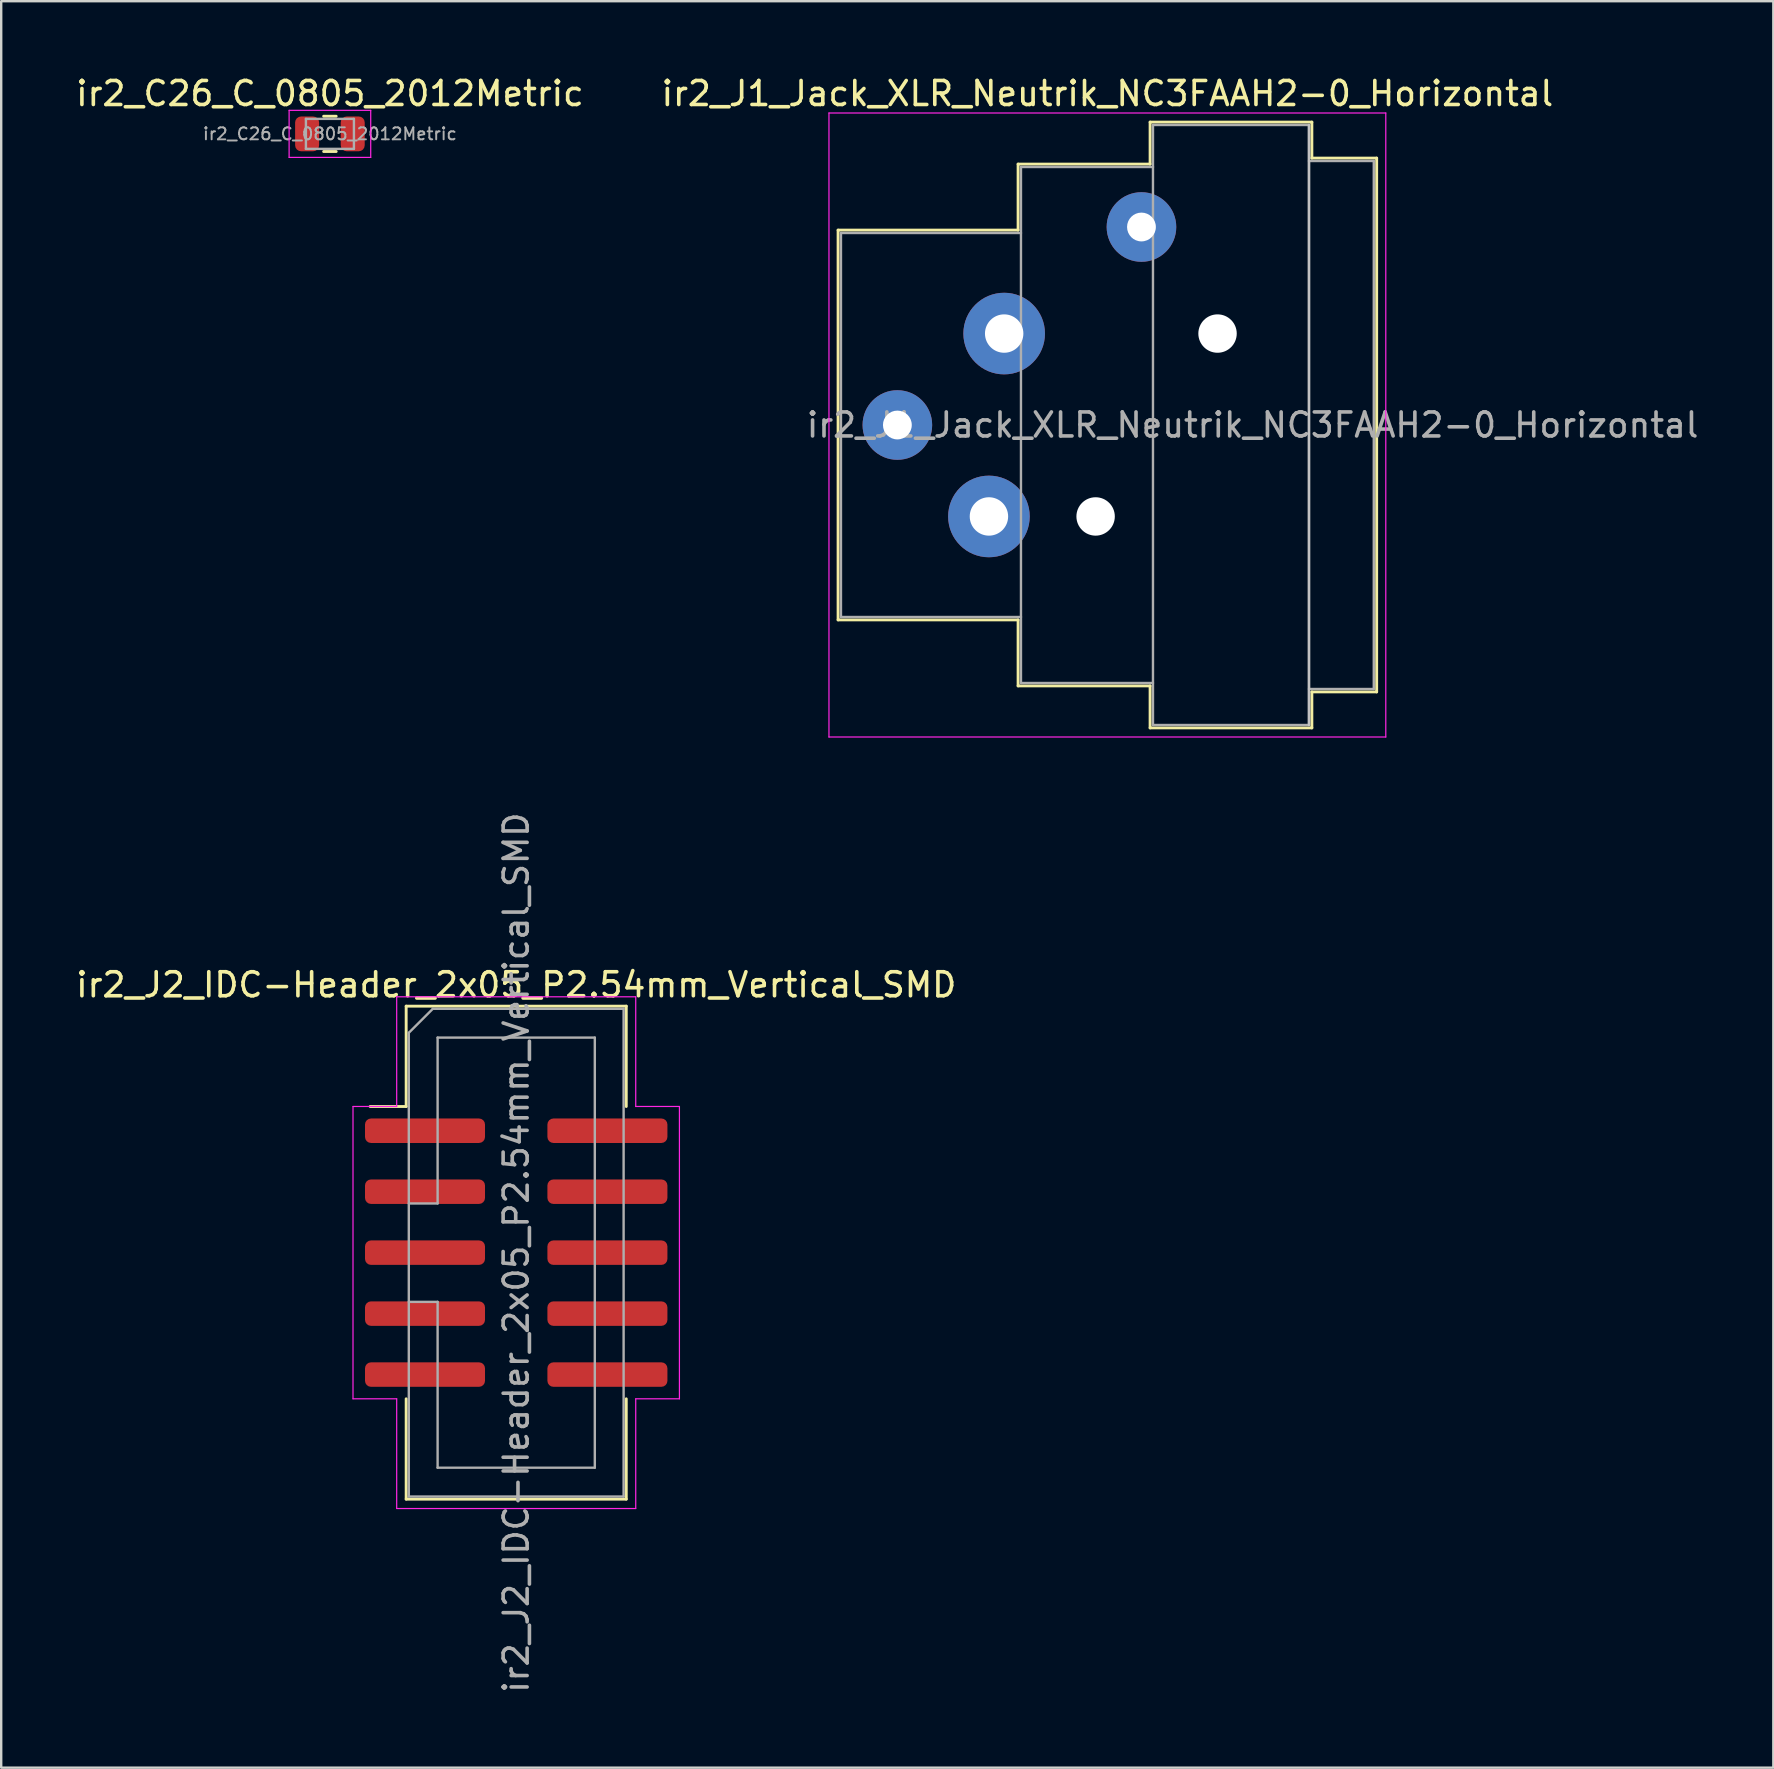
<source format=kicad_pcb>
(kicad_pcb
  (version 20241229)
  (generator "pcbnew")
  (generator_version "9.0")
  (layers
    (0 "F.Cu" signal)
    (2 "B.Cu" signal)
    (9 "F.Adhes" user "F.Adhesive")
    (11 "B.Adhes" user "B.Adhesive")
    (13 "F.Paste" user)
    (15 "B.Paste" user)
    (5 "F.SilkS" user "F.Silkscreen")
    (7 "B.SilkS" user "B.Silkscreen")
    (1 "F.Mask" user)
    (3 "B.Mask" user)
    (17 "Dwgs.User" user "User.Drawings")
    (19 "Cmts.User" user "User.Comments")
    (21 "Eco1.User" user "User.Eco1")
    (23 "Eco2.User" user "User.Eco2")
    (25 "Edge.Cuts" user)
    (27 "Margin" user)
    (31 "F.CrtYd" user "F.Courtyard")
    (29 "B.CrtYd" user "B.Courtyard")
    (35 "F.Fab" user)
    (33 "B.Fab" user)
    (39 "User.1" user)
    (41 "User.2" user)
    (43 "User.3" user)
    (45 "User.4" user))
  (footprint "ir2_C26_C_0805_2012Metric"
    (layer "F.Cu")
    (at 10.696 2.528)
    (property "Reference" "ir2_C26_C_0805_2012Metric" (at 0 -1.68 0) (layer "F.SilkS") (effects (font (size 1 1) (thickness 0.15))))
    (attr smd)
    (fp_line (start -0.261 -0.735) (end 0.261 -0.735) (stroke (width 0.12) (type solid)) (layer "F.SilkS"))
    (fp_line (start -0.261 0.735) (end 0.261 0.735) (stroke (width 0.12) (type solid)) (layer "F.SilkS"))
    (fp_line (start -1.7 -0.98) (end 1.7 -0.98) (stroke (width 0.05) (type solid)) (layer "F.CrtYd"))
    (fp_line (start -1.7 0.98) (end -1.7 -0.98) (stroke (width 0.05) (type solid)) (layer "F.CrtYd"))
    (fp_line (start 1.7 -0.98) (end 1.7 0.98) (stroke (width 0.05) (type solid)) (layer "F.CrtYd"))
    (fp_line (start 1.7 0.98) (end -1.7 0.98) (stroke (width 0.05) (type solid)) (layer "F.CrtYd"))
    (fp_line (start -1 -0.625) (end 1 -0.625) (stroke (width 0.1) (type solid)) (layer "F.Fab"))
    (fp_line (start -1 0.625) (end -1 -0.625) (stroke (width 0.1) (type solid)) (layer "F.Fab"))
    (fp_line (start 1 -0.625) (end 1 0.625) (stroke (width 0.1) (type solid)) (layer "F.Fab"))
    (fp_line (start 1 0.625) (end -1 0.625) (stroke (width 0.1) (type solid)) (layer "F.Fab"))
    (fp_text user "${REFERENCE}" (at 0 0 0) (layer "F.Fab") (effects (font (size 0.5 0.5) (thickness 0.08))))
    (pad "1" smd roundrect (at -0.95 0) (size 1 1.45) (layers "F.Cu" "F.Mask" "F.Paste") (roundrect_rratio 0.25))
    (pad "2" smd roundrect (at 0.95 0) (size 1 1.45) (layers "F.Cu" "F.Mask" "F.Paste") (roundrect_rratio 0.25)))
  (footprint "ir2_J1_Jack_XLR_Neutrik_NC3FAAH2-0_Horizontal"
    (layer "F.Cu")
    (at 38.789 10.848)
    (property "Reference" "ir2_J1_Jack_XLR_Neutrik_NC3FAAH2-0_Horizontal" (at 4.3 -10 0) (layer "F.SilkS") (effects (font (size 1 1) (thickness 0.15))))
    (attr through_hole)
    (fp_line (start -6.92 -4.31) (end -6.92 11.93) (stroke (width 0.12) (type solid)) (layer "F.SilkS"))
    (fp_line (start 0.58 -7.06) (end 0.58 -4.31) (stroke (width 0.12) (type solid)) (layer "F.SilkS"))
    (fp_line (start 0.58 -4.31) (end -6.92 -4.31) (stroke (width 0.12) (type solid)) (layer "F.SilkS"))
    (fp_line (start 0.58 11.93) (end -6.92 11.93) (stroke (width 0.12) (type solid)) (layer "F.SilkS"))
    (fp_line (start 0.58 11.93) (end 0.58 14.68) (stroke (width 0.12) (type solid)) (layer "F.SilkS"))
    (fp_line (start 6.08 -7.06) (end 0.58 -7.06) (stroke (width 0.12) (type solid)) (layer "F.SilkS"))
    (fp_line (start 6.08 -7.06) (end 6.08 -8.81) (stroke (width 0.12) (type solid)) (layer "F.SilkS"))
    (fp_line (start 6.08 14.68) (end 0.58 14.68) (stroke (width 0.12) (type solid)) (layer "F.SilkS"))
    (fp_line (start 6.08 16.43) (end 6.08 14.68) (stroke (width 0.12) (type solid)) (layer "F.SilkS"))
    (fp_line (start 12.82 -8.81) (end 6.08 -8.81) (stroke (width 0.12) (type solid)) (layer "F.SilkS"))
    (fp_line (start 12.82 -8.81) (end 12.82 -7.31) (stroke (width 0.12) (type solid)) (layer "F.SilkS"))
    (fp_line (start 12.82 -7.31) (end 15.52 -7.31) (stroke (width 0.12) (type solid)) (layer "F.SilkS"))
    (fp_line (start 12.82 14.93) (end 12.82 16.43) (stroke (width 0.12) (type solid)) (layer "F.SilkS"))
    (fp_line (start 12.82 14.93) (end 15.52 14.93) (stroke (width 0.12) (type solid)) (layer "F.SilkS"))
    (fp_line (start 12.82 16.43) (end 6.08 16.43) (stroke (width 0.12) (type solid)) (layer "F.SilkS"))
    (fp_line (start 15.52 -7.31) (end 15.52 14.93) (stroke (width 0.12) (type solid)) (layer "F.SilkS"))
    (fp_line (start 12.7 -8.69) (end 12.7 16.31) (stroke (width 0.1) (type solid)) (layer "Dwgs.User"))
    (fp_line (start -7.3 -9.19) (end -7.3 16.81) (stroke (width 0.05) (type solid)) (layer "F.CrtYd"))
    (fp_line (start 15.9 -9.19) (end -7.3 -9.19) (stroke (width 0.05) (type solid)) (layer "F.CrtYd"))
    (fp_line (start 15.9 -9.19) (end 15.9 16.81) (stroke (width 0.05) (type solid)) (layer "F.CrtYd"))
    (fp_line (start 15.9 16.81) (end -7.3 16.81) (stroke (width 0.05) (type solid)) (layer "F.CrtYd"))
    (fp_line (start -6.8 -4.19) (end -6.8 11.81) (stroke (width 0.1) (type solid)) (layer "F.Fab"))
    (fp_line (start -6.8 11.81) (end 0.7 11.81) (stroke (width 0.1) (type solid)) (layer "F.Fab"))
    (fp_line (start 0.7 -6.94) (end 0.7 14.56) (stroke (width 0.1) (type solid)) (layer "F.Fab"))
    (fp_line (start 0.7 -4.19) (end -6.8 -4.19) (stroke (width 0.1) (type solid)) (layer "F.Fab"))
    (fp_line (start 0.7 14.56) (end 6.2 14.56) (stroke (width 0.1) (type solid)) (layer "F.Fab"))
    (fp_line (start 6.2 -8.69) (end 12.7 -8.69) (stroke (width 0.1) (type solid)) (layer "F.Fab"))
    (fp_line (start 6.2 -6.94) (end 0.7 -6.94) (stroke (width 0.1) (type solid)) (layer "F.Fab"))
    (fp_line (start 6.2 16.31) (end 6.2 -8.69) (stroke (width 0.1) (type solid)) (layer "F.Fab"))
    (fp_line (start 12.7 -8.69) (end 12.7 16.31) (stroke (width 0.1) (type solid)) (layer "F.Fab"))
    (fp_line (start 12.7 -7.19) (end 15.4 -7.19) (stroke (width 0.1) (type solid)) (layer "F.Fab"))
    (fp_line (start 12.7 16.31) (end 6.2 16.31) (stroke (width 0.1) (type solid)) (layer "F.Fab"))
    (fp_line (start 15.4 -7.19) (end 15.4 14.81) (stroke (width 0.1) (type solid)) (layer "F.Fab"))
    (fp_line (start 15.4 14.81) (end 12.7 14.81) (stroke (width 0.1) (type solid)) (layer "F.Fab"))
    (fp_text user "${REFERENCE}" (at 10.35 3.81 0) (layer "F.Fab") (effects (font (size 1 1) (thickness 0.15))))
    (pad "" np_thru_hole circle (at 3.81 7.62) (size 1.6 1.6) (drill 1.6) (layers "*.Cu" "*.Mask"))
    (pad "" np_thru_hole circle (at 8.89 0) (size 1.6 1.6) (drill 1.6) (layers "*.Cu" "*.Mask"))
    (pad "1" thru_hole circle (at 0 0) (size 3.4 3.4) (drill 1.6) (layers "*.Cu" "*.Mask"))
    (pad "2" thru_hole circle (at -0.635 7.62) (size 3.4 3.4) (drill 1.6) (layers "*.Cu" "*.Mask"))
    (pad "3" thru_hole circle (at -4.45 3.81) (size 2.9 2.9) (drill 1.2) (layers "*.Cu" "*.Mask"))
    (pad "G" thru_hole circle (at 5.72 -4.44) (size 2.9 2.9) (drill 1.2) (layers "*.Cu" "*.Mask")))
  (footprint "ir2_J2_IDC-Header_2x05_P2.54mm_Vertical_SMD"
    (layer "F.Cu")
    (at 18.458 49.142)
    (property "Reference" "ir2_J2_IDC-Header_2x05_P2.54mm_Vertical_SMD" (at 0 -11.16 0) (layer "F.SilkS") (effects (font (size 1 1) (thickness 0.15))))
    (attr smd)
    (fp_line (start -4.585 -10.27) (end 4.585 -10.27) (stroke (width 0.12) (type solid)) (layer "F.SilkS"))
    (fp_line (start -4.585 -6.09) (end -6.085 -6.09) (stroke (width 0.12) (type solid)) (layer "F.SilkS"))
    (fp_line (start -4.585 -6.09) (end -4.585 -10.27) (stroke (width 0.12) (type solid)) (layer "F.SilkS"))
    (fp_line (start -4.585 6.09) (end -4.585 10.27) (stroke (width 0.12) (type solid)) (layer "F.SilkS"))
    (fp_line (start -4.585 10.27) (end 4.585 10.27) (stroke (width 0.12) (type solid)) (layer "F.SilkS"))
    (fp_line (start 4.585 -10.27) (end 4.585 -6.09) (stroke (width 0.12) (type solid)) (layer "F.SilkS"))
    (fp_line (start 4.585 10.27) (end 4.585 6.09) (stroke (width 0.12) (type solid)) (layer "F.SilkS"))
    (fp_line (start -6.8 -6.09) (end -6.8 6.09) (stroke (width 0.05) (type solid)) (layer "F.CrtYd"))
    (fp_line (start -6.8 6.09) (end -4.98 6.09) (stroke (width 0.05) (type solid)) (layer "F.CrtYd"))
    (fp_line (start -4.98 -10.66) (end -4.98 -6.09) (stroke (width 0.05) (type solid)) (layer "F.CrtYd"))
    (fp_line (start -4.98 -6.09) (end -6.8 -6.09) (stroke (width 0.05) (type solid)) (layer "F.CrtYd"))
    (fp_line (start -4.98 6.09) (end -4.98 10.66) (stroke (width 0.05) (type solid)) (layer "F.CrtYd"))
    (fp_line (start -4.98 10.66) (end 4.98 10.66) (stroke (width 0.05) (type solid)) (layer "F.CrtYd"))
    (fp_line (start 4.98 -10.66) (end -4.98 -10.66) (stroke (width 0.05) (type solid)) (layer "F.CrtYd"))
    (fp_line (start 4.98 -6.09) (end 4.98 -10.66) (stroke (width 0.05) (type solid)) (layer "F.CrtYd"))
    (fp_line (start 4.98 6.09) (end 6.8 6.09) (stroke (width 0.05) (type solid)) (layer "F.CrtYd"))
    (fp_line (start 4.98 10.66) (end 4.98 6.09) (stroke (width 0.05) (type solid)) (layer "F.CrtYd"))
    (fp_line (start 6.8 -6.09) (end 4.98 -6.09) (stroke (width 0.05) (type solid)) (layer "F.CrtYd"))
    (fp_line (start 6.8 6.09) (end 6.8 -6.09) (stroke (width 0.05) (type solid)) (layer "F.CrtYd"))
    (fp_line (start -4.475 -9.16) (end -3.475 -10.16) (stroke (width 0.1) (type solid)) (layer "F.Fab"))
    (fp_line (start -4.475 -2.05) (end -3.275 -2.05) (stroke (width 0.1) (type solid)) (layer "F.Fab"))
    (fp_line (start -4.475 10.16) (end -4.475 -9.16) (stroke (width 0.1) (type solid)) (layer "F.Fab"))
    (fp_line (start -3.475 -10.16) (end 4.475 -10.16) (stroke (width 0.1) (type solid)) (layer "F.Fab"))
    (fp_line (start -3.275 -8.96) (end 3.275 -8.96) (stroke (width 0.1) (type solid)) (layer "F.Fab"))
    (fp_line (start -3.275 -2.05) (end -3.275 -8.96) (stroke (width 0.1) (type solid)) (layer "F.Fab"))
    (fp_line (start -3.275 2.05) (end -4.475 2.05) (stroke (width 0.1) (type solid)) (layer "F.Fab"))
    (fp_line (start -3.275 8.96) (end -3.275 2.05) (stroke (width 0.1) (type solid)) (layer "F.Fab"))
    (fp_line (start 3.275 -8.96) (end 3.275 8.96) (stroke (width 0.1) (type solid)) (layer "F.Fab"))
    (fp_line (start 3.275 8.96) (end -3.275 8.96) (stroke (width 0.1) (type solid)) (layer "F.Fab"))
    (fp_line (start 4.475 -10.16) (end 4.475 10.16) (stroke (width 0.1) (type solid)) (layer "F.Fab"))
    (fp_line (start 4.475 10.16) (end -4.475 10.16) (stroke (width 0.1) (type solid)) (layer "F.Fab"))
    (fp_text user "${REFERENCE}" (at 0 0 90) (layer "F.Fab") (effects (font (size 1 1) (thickness 0.15))))
    (pad "1" smd roundrect (at -3.8 -5.08) (size 5 1.02) (layers "F.Cu" "F.Mask" "F.Paste") (roundrect_rratio 0.245))
    (pad "2" smd roundrect (at 3.8 -5.08) (size 5 1.02) (layers "F.Cu" "F.Mask" "F.Paste") (roundrect_rratio 0.245))
    (pad "3" smd roundrect (at -3.8 -2.54) (size 5 1.02) (layers "F.Cu" "F.Mask" "F.Paste") (roundrect_rratio 0.245))
    (pad "4" smd roundrect (at 3.8 -2.54) (size 5 1.02) (layers "F.Cu" "F.Mask" "F.Paste") (roundrect_rratio 0.245))
    (pad "5" smd roundrect (at -3.8 0) (size 5 1.02) (layers "F.Cu" "F.Mask" "F.Paste") (roundrect_rratio 0.245))
    (pad "6" smd roundrect (at 3.8 0) (size 5 1.02) (layers "F.Cu" "F.Mask" "F.Paste") (roundrect_rratio 0.245))
    (pad "7" smd roundrect (at -3.8 2.54) (size 5 1.02) (layers "F.Cu" "F.Mask" "F.Paste") (roundrect_rratio 0.245))
    (pad "8" smd roundrect (at 3.8 2.54) (size 5 1.02) (layers "F.Cu" "F.Mask" "F.Paste") (roundrect_rratio 0.245))
    (pad "9" smd roundrect (at -3.8 5.08) (size 5 1.02) (layers "F.Cu" "F.Mask" "F.Paste") (roundrect_rratio 0.245))
    (pad "10" smd roundrect (at 3.8 5.08) (size 5 1.02) (layers "F.Cu" "F.Mask" "F.Paste") (roundrect_rratio 0.245)))
  (gr_rect
    (start -3 -3)
    (end 70.836 70.6)
    (stroke (width 0.1) (type default))
    (fill no)
    (layer "Edge.Cuts")))
</source>
